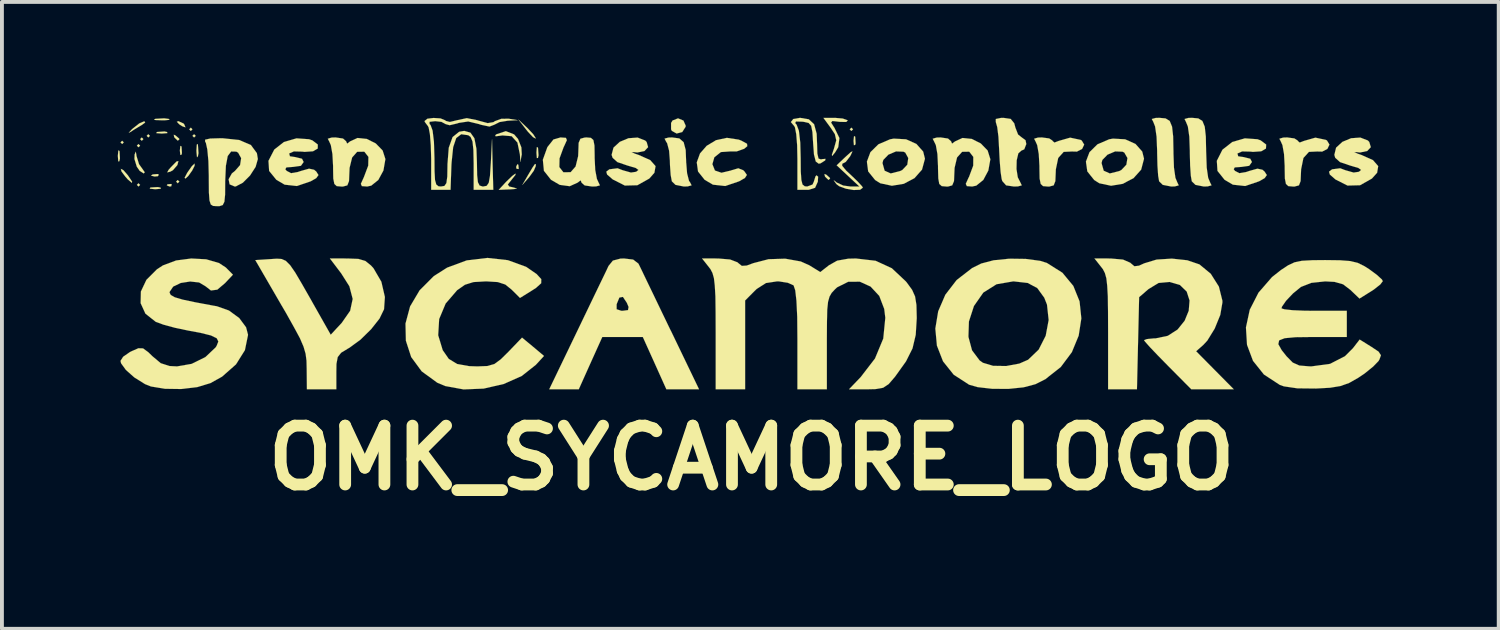
<source format=kicad_pcb>
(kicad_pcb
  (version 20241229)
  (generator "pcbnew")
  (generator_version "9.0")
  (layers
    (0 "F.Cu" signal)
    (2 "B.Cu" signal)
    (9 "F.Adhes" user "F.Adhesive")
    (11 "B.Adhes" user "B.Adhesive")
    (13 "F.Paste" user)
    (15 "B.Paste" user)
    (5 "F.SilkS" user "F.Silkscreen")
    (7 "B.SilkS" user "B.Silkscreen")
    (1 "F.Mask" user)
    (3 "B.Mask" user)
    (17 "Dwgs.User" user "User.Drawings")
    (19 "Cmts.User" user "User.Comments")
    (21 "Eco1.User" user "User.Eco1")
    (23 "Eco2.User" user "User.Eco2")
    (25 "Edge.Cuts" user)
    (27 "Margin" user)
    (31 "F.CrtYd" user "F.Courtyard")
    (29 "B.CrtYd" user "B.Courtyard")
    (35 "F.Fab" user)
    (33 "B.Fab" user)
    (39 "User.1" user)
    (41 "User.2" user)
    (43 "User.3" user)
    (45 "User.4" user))
  (footprint "OMK_SYCAMORE_LOGO"
    (layer "F.Cu")
    (at 16.41 3.811)
    (property "Reference" "OMK_SYCAMORE_LOGO" (at 0 4.994 0) (layer "F.SilkS") (effects (font (size 1.524 1.524) (thickness 0.305))))
    (attr through_hole)
    (fp_poly (pts (xy -16.256 -3.175) (xy -16.297 -3.132) (xy -16.34 -3.175) (xy -16.297 -3.216) (xy -16.256 -3.175)) (stroke (width 0.003) (type solid)) (fill yes) (layer "F.SilkS"))
    (fp_poly (pts (xy -15.832 -3.089) (xy -15.875 -3.048) (xy -15.916 -3.089) (xy -15.875 -3.132) (xy -15.832 -3.089)) (stroke (width 0.003) (type solid)) (fill yes) (layer "F.SilkS"))
    (fp_poly (pts (xy -15.832 -2.073) (xy -15.875 -2.032) (xy -15.916 -2.073) (xy -15.875 -2.116) (xy -15.832 -2.073)) (stroke (width 0.003) (type solid)) (fill yes) (layer "F.SilkS"))
    (fp_poly (pts (xy -15.748 -3.259) (xy -15.789 -3.216) (xy -15.832 -3.259) (xy -15.789 -3.302) (xy -15.748 -3.259)) (stroke (width 0.003) (type solid)) (fill yes) (layer "F.SilkS"))
    (fp_poly (pts (xy -15.578 -3.343) (xy -15.621 -3.302) (xy -15.662 -3.343) (xy -15.621 -3.386) (xy -15.578 -3.343)) (stroke (width 0.003) (type solid)) (fill yes) (layer "F.SilkS"))
    (fp_poly (pts (xy -14.816 -2.159) (xy -14.859 -2.116) (xy -14.9 -2.159) (xy -14.859 -2.2) (xy -14.816 -2.159)) (stroke (width 0.003) (type solid)) (fill yes) (layer "F.SilkS"))
    (fp_poly (pts (xy -14.478 -3.513) (xy -14.519 -3.47) (xy -14.562 -3.513) (xy -14.519 -3.556) (xy -14.478 -3.513)) (stroke (width 0.003) (type solid)) (fill yes) (layer "F.SilkS"))
    (fp_poly (pts (xy -14.392 -3.343) (xy -14.435 -3.302) (xy -14.478 -3.343) (xy -14.435 -3.386) (xy -14.392 -3.343)) (stroke (width 0.003) (type solid)) (fill yes) (layer "F.SilkS"))
    (fp_poly (pts (xy 2.626 -3.513) (xy 2.583 -3.47) (xy 2.54 -3.513) (xy 2.583 -3.556) (xy 2.626 -3.513)) (stroke (width 0.003) (type solid)) (fill yes) (layer "F.SilkS"))
    (fp_poly (pts (xy -15.347 -2.337) (xy -15.372 -2.299) (xy -15.458 -2.291) (xy -15.55 -2.314) (xy -15.509 -2.344) (xy -15.377 -2.355) (xy -15.347 -2.337)) (stroke (width 0.003) (type solid)) (fill yes) (layer "F.SilkS"))
    (fp_poly (pts (xy -15.014 -2.088) (xy -15.027 -2.037) (xy -15.07 -2.032) (xy -15.141 -2.062) (xy -15.126 -2.088) (xy -15.027 -2.098) (xy -15.014 -2.088)) (stroke (width 0.003) (type solid)) (fill yes) (layer "F.SilkS"))
    (fp_poly (pts (xy -14.75 -2.896) (xy -14.76 -2.857) (xy -14.79 -2.847) (xy -14.803 -2.962) (xy -14.79 -3.084) (xy -14.76 -3.068) (xy -14.75 -2.896)) (stroke (width 0.003) (type solid)) (fill yes) (layer "F.SilkS"))
    (fp_poly (pts (xy -6.03 -2.494) (xy -6.04 -2.484) (xy -6.088 -2.494) (xy -6.096 -2.54) (xy -6.066 -2.609) (xy -6.04 -2.596) (xy -6.03 -2.494)) (stroke (width 0.003) (type solid)) (fill yes) (layer "F.SilkS"))
    (fp_poly (pts (xy 2.692 -3.15) (xy 2.682 -3.111) (xy 2.649 -3.101) (xy 2.639 -3.216) (xy 2.652 -3.338) (xy 2.682 -3.322) (xy 2.692 -3.15)) (stroke (width 0.003) (type solid)) (fill yes) (layer "F.SilkS"))
    (fp_poly (pts (xy -14.816 -3.254) (xy -14.856 -3.218) (xy -14.94 -3.297) (xy -14.95 -3.315) (xy -14.961 -3.373) (xy -14.915 -3.353) (xy -14.823 -3.274) (xy -14.816 -3.254)) (stroke (width 0.003) (type solid)) (fill yes) (layer "F.SilkS"))
    (fp_poly (pts (xy -14.658 -3.564) (xy -14.74 -3.592) (xy -14.816 -3.64) (xy -14.882 -3.708) (xy -14.841 -3.724) (xy -14.707 -3.663) (xy -14.689 -3.64) (xy -14.658 -3.564)) (stroke (width 0.003) (type solid)) (fill yes) (layer "F.SilkS"))
    (fp_poly (pts (xy 2.032 -2.238) (xy 1.991 -2.202) (xy 1.908 -2.281) (xy 1.897 -2.299) (xy 1.887 -2.357) (xy 1.935 -2.337) (xy 2.024 -2.258) (xy 2.032 -2.238)) (stroke (width 0.003) (type solid)) (fill yes) (layer "F.SilkS"))
    (fp_poly (pts (xy -16.355 -2.756) (xy -16.37 -2.687) (xy -16.398 -2.682) (xy -16.408 -2.817) (xy -16.408 -2.835) (xy -16.396 -2.967) (xy -16.37 -2.954) (xy -16.365 -2.941) (xy -16.355 -2.756)) (stroke (width 0.003) (type solid)) (fill yes) (layer "F.SilkS"))
    (fp_poly (pts (xy -15.298 -1.974) (xy -15.431 -1.963) (xy -15.451 -1.963) (xy -15.583 -1.976) (xy -15.57 -2.002) (xy -15.555 -2.007) (xy -15.372 -2.017) (xy -15.301 -2.002) (xy -15.298 -1.974)) (stroke (width 0.003) (type solid)) (fill yes) (layer "F.SilkS"))
    (fp_poly (pts (xy -15.128 -3.414) (xy -15.263 -3.404) (xy -15.281 -3.404) (xy -15.413 -3.414) (xy -15.4 -3.442) (xy -15.387 -3.444) (xy -15.202 -3.457) (xy -15.133 -3.442) (xy -15.128 -3.414)) (stroke (width 0.003) (type solid)) (fill yes) (layer "F.SilkS"))
    (fp_poly (pts (xy -15.07 -3.759) (xy -15.192 -3.747) (xy -15.281 -3.747) (xy -15.446 -3.754) (xy -15.471 -3.774) (xy -15.428 -3.785) (xy -15.21 -3.797) (xy -15.09 -3.782) (xy -15.07 -3.759)) (stroke (width 0.003) (type solid)) (fill yes) (layer "F.SilkS"))
    (fp_poly (pts (xy -14.841 -2.69) (xy -14.867 -2.588) (xy -14.983 -2.454) (xy -15.052 -2.416) (xy -15.131 -2.398) (xy -15.093 -2.466) (xy -15.032 -2.535) (xy -14.889 -2.68) (xy -14.841 -2.69)) (stroke (width 0.003) (type solid)) (fill yes) (layer "F.SilkS"))
    (fp_poly (pts (xy -14.321 -2.896) (xy -14.336 -2.814) (xy -14.359 -2.789) (xy -14.371 -2.906) (xy -14.374 -2.962) (xy -14.364 -3.117) (xy -14.343 -3.134) (xy -14.336 -3.111) (xy -14.321 -2.896)) (stroke (width 0.003) (type solid)) (fill yes) (layer "F.SilkS"))
    (fp_poly (pts (xy -5.591 -3.287) (xy -5.593 -3.274) (xy -5.662 -3.312) (xy -5.789 -3.447) (xy -5.834 -3.503) (xy -6.038 -3.767) (xy -5.796 -3.538) (xy -5.652 -3.383) (xy -5.591 -3.287)) (stroke (width 0.003) (type solid)) (fill yes) (layer "F.SilkS"))
    (fp_poly (pts (xy -5.588 -2.563) (xy -5.639 -2.441) (xy -5.761 -2.273) (xy -5.936 -2.073) (xy -5.789 -2.327) (xy -5.667 -2.532) (xy -5.608 -2.616) (xy -5.588 -2.609) (xy -5.588 -2.563)) (stroke (width 0.003) (type solid)) (fill yes) (layer "F.SilkS"))
    (fp_poly (pts (xy -5.517 -2.84) (xy -5.532 -2.771) (xy -5.56 -2.769) (xy -5.57 -2.901) (xy -5.57 -2.921) (xy -5.56 -3.053) (xy -5.532 -3.04) (xy -5.53 -3.025) (xy -5.517 -2.84)) (stroke (width 0.003) (type solid)) (fill yes) (layer "F.SilkS"))
    (fp_poly (pts (xy -16.04 -2.159) (xy -16.045 -2.126) (xy -16.152 -2.217) (xy -16.213 -2.286) (xy -16.314 -2.421) (xy -16.332 -2.489) (xy -16.264 -2.454) (xy -16.149 -2.322) (xy -16.147 -2.319) (xy -16.04 -2.159)) (stroke (width 0.003) (type solid)) (fill yes) (layer "F.SilkS"))
    (fp_poly (pts (xy -15.702 -3.688) (xy -15.789 -3.625) (xy -15.989 -3.505) (xy -16.091 -3.439) (xy -16.126 -3.424) (xy -16.053 -3.505) (xy -16.022 -3.533) (xy -15.855 -3.665) (xy -15.725 -3.721) (xy -15.723 -3.721) (xy -15.702 -3.688)) (stroke (width 0.003) (type solid)) (fill yes) (layer "F.SilkS"))
    (fp_poly (pts (xy -14.422 -2.568) (xy -14.486 -2.443) (xy -14.582 -2.309) (xy -14.656 -2.238) (xy -14.681 -2.256) (xy -14.618 -2.377) (xy -14.602 -2.403) (xy -14.493 -2.558) (xy -14.425 -2.624) (xy -14.422 -2.624) (xy -14.422 -2.568)) (stroke (width 0.003) (type solid)) (fill yes) (layer "F.SilkS"))
    (fp_poly (pts (xy -1.707 -3.607) (xy -1.709 -3.579) (xy -1.796 -3.442) (xy -1.941 -3.404) (xy -2.065 -3.472) (xy -2.085 -3.513) (xy -2.085 -3.678) (xy -2.047 -3.741) (xy -1.905 -3.797) (xy -1.765 -3.739) (xy -1.707 -3.607)) (stroke (width 0.003) (type solid)) (fill yes) (layer "F.SilkS"))
    (fp_poly (pts (xy -15.712 -2.4) (xy -15.738 -2.37) (xy -15.842 -2.436) (xy -15.918 -2.545) (xy -15.979 -2.743) (xy -15.974 -2.863) (xy -15.944 -2.934) (xy -15.928 -2.842) (xy -15.926 -2.822) (xy -15.86 -2.609) (xy -15.784 -2.504) (xy -15.712 -2.4)) (stroke (width 0.003) (type solid)) (fill yes) (layer "F.SilkS"))
    (fp_poly (pts (xy -6.076 -1.981) (xy -6.147 -1.966) (xy -6.259 -1.958) (xy -6.548 -1.946) (xy -6.35 -2.159) (xy -6.2 -2.304) (xy -6.114 -2.367) (xy -6.114 -2.334) (xy -6.215 -2.207) (xy -6.312 -2.085) (xy -6.276 -2.032) (xy -6.167 -2.007) (xy -6.076 -1.981)) (stroke (width 0.003) (type solid)) (fill yes) (layer "F.SilkS"))
    (fp_poly (pts (xy -5.951 -2.863) (xy -5.987 -2.667) (xy -5.999 -2.863) (xy -6.063 -3.17) (xy -6.213 -3.335) (xy -6.449 -3.355) (xy -6.464 -3.353) (xy -6.627 -3.332) (xy -6.637 -3.36) (xy -6.604 -3.386) (xy -6.363 -3.465) (xy -6.149 -3.381) (xy -6.048 -3.264) (xy -5.961 -3.045) (xy -5.951 -2.863)) (stroke (width 0.003) (type solid)) (fill yes) (layer "F.SilkS"))
    (fp_poly (pts (xy -1.554 -2.062) (xy -1.656 -2.035) (xy -1.753 -2.032) (xy -1.971 -2.075) (xy -2.065 -2.167) (xy -2.095 -2.329) (xy -2.113 -2.581) (xy -2.116 -2.7) (xy -2.136 -2.959) (xy -2.187 -3.152) (xy -2.217 -3.2) (xy -2.253 -3.272) (xy -2.154 -3.299) (xy -2.057 -3.302) (xy -1.872 -3.277) (xy -1.76 -3.18) (xy -1.707 -2.979) (xy -1.694 -2.644) (xy -1.692 -2.634) (xy -1.671 -2.375) (xy -1.621 -2.179) (xy -1.59 -2.134) (xy -1.554 -2.062)) (stroke (width 0.003) (type solid)) (fill yes) (layer "F.SilkS"))
    (fp_poly (pts (xy 2.489 -3.741) (xy 2.449 -3.703) (xy 2.291 -3.706) (xy 2.268 -3.708) (xy 2.093 -3.729) (xy 2.057 -3.688) (xy 2.139 -3.559) (xy 2.146 -3.548) (xy 2.273 -3.287) (xy 2.243 -3.051) (xy 2.162 -2.916) (xy 2.085 -2.822) (xy 2.078 -2.852) (xy 2.136 -3.023) (xy 2.136 -3.025) (xy 2.192 -3.228) (xy 2.156 -3.388) (xy 2.047 -3.553) (xy 1.859 -3.81) (xy 2.151 -3.81) (xy 2.36 -3.792) (xy 2.484 -3.747) (xy 2.489 -3.741)) (stroke (width 0.003) (type solid)) (fill yes) (layer "F.SilkS"))
    (fp_poly (pts (xy 11.059 -2.062) (xy 10.96 -2.035) (xy 10.864 -2.032) (xy 10.645 -2.075) (xy 10.551 -2.167) (xy 10.526 -2.311) (xy 10.508 -2.573) (xy 10.5 -2.901) (xy 10.5 -2.954) (xy 10.485 -3.322) (xy 10.447 -3.586) (xy 10.399 -3.708) (xy 10.361 -3.78) (xy 10.462 -3.807) (xy 10.559 -3.81) (xy 10.719 -3.795) (xy 10.825 -3.729) (xy 10.886 -3.581) (xy 10.914 -3.327) (xy 10.922 -2.936) (xy 10.922 -2.888) (xy 10.935 -2.52) (xy 10.973 -2.256) (xy 11.024 -2.134) (xy 11.059 -2.062)) (stroke (width 0.003) (type solid)) (fill yes) (layer "F.SilkS"))
    (fp_poly (pts (xy 11.908 -2.062) (xy 11.806 -2.035) (xy 11.709 -2.032) (xy 11.491 -2.075) (xy 11.397 -2.167) (xy 11.372 -2.311) (xy 11.354 -2.573) (xy 11.346 -2.901) (xy 11.346 -2.954) (xy 11.333 -3.322) (xy 11.295 -3.586) (xy 11.245 -3.708) (xy 11.209 -3.78) (xy 11.308 -3.807) (xy 11.405 -3.81) (xy 11.565 -3.795) (xy 11.671 -3.729) (xy 11.732 -3.581) (xy 11.76 -3.327) (xy 11.768 -2.936) (xy 11.77 -2.888) (xy 11.783 -2.52) (xy 11.821 -2.256) (xy 11.872 -2.134) (xy 11.908 -2.062)) (stroke (width 0.003) (type solid)) (fill yes) (layer "F.SilkS"))
    (fp_poly (pts (xy 2.88 -2.002) (xy 2.809 -1.948) (xy 2.642 -1.941) (xy 2.441 -1.976) (xy 2.266 -2.04) (xy 2.195 -2.095) (xy 2.126 -2.192) (xy 2.164 -2.169) (xy 2.202 -2.136) (xy 2.372 -2.057) (xy 2.555 -2.032) (xy 2.791 -2.032) (xy 2.497 -2.306) (xy 2.202 -2.581) (xy 2.426 -2.794) (xy 2.57 -2.924) (xy 2.611 -2.941) (xy 2.568 -2.847) (xy 2.55 -2.814) (xy 2.438 -2.67) (xy 2.347 -2.621) (xy 2.344 -2.57) (xy 2.449 -2.443) (xy 2.563 -2.337) (xy 2.743 -2.164) (xy 2.86 -2.037) (xy 2.88 -2.002)) (stroke (width 0.003) (type solid)) (fill yes) (layer "F.SilkS"))
    (fp_poly (pts (xy -0.112 -3.076) (xy -0.191 -3.01) (xy -0.386 -2.941) (xy -0.551 -2.941) (xy -0.795 -2.924) (xy -0.965 -2.789) (xy -1.016 -2.611) (xy -0.95 -2.446) (xy -0.78 -2.388) (xy -0.536 -2.446) (xy -0.531 -2.449) (xy -0.345 -2.504) (xy -0.218 -2.454) (xy -0.188 -2.426) (xy -0.122 -2.332) (xy -0.173 -2.253) (xy -0.323 -2.167) (xy -0.683 -2.045) (xy -1.001 -2.08) (xy -1.217 -2.207) (xy -1.387 -2.421) (xy -1.42 -2.657) (xy -1.336 -2.888) (xy -1.163 -3.086) (xy -0.922 -3.231) (xy -0.64 -3.292) (xy -0.335 -3.246) (xy -0.269 -3.221) (xy -0.119 -3.139) (xy -0.112 -3.076)) (stroke (width 0.003) (type solid)) (fill yes) (layer "F.SilkS"))
    (fp_poly (pts (xy 7.112 -3.132) (xy 7.059 -2.995) (xy 6.985 -2.962) (xy 6.906 -2.891) (xy 6.863 -2.71) (xy 6.858 -2.484) (xy 6.891 -2.271) (xy 6.96 -2.134) (xy 6.995 -2.062) (xy 6.896 -2.035) (xy 6.792 -2.032) (xy 6.589 -2.062) (xy 6.49 -2.174) (xy 6.474 -2.228) (xy 6.447 -2.41) (xy 6.424 -2.697) (xy 6.408 -3.01) (xy 6.391 -3.32) (xy 6.36 -3.569) (xy 6.322 -3.703) (xy 6.322 -3.78) (xy 6.467 -3.81) (xy 6.518 -3.81) (xy 6.708 -3.782) (xy 6.8 -3.668) (xy 6.83 -3.556) (xy 6.899 -3.378) (xy 6.995 -3.302) (xy 7.092 -3.231) (xy 7.112 -3.132)) (stroke (width 0.003) (type solid)) (fill yes) (layer "F.SilkS"))
    (fp_poly (pts (xy 4.488 -2.751) (xy 4.412 -2.469) (xy 4.216 -2.248) (xy 4.056 -2.164) (xy 4.056 -2.769) (xy 3.978 -2.911) (xy 3.932 -2.934) (xy 3.739 -2.941) (xy 3.541 -2.857) (xy 3.409 -2.72) (xy 3.388 -2.639) (xy 3.444 -2.441) (xy 3.602 -2.37) (xy 3.843 -2.431) (xy 3.901 -2.459) (xy 4.031 -2.596) (xy 4.056 -2.769) (xy 4.056 -2.164) (xy 3.942 -2.103) (xy 3.632 -2.052) (xy 3.332 -2.116) (xy 3.198 -2.2) (xy 3.018 -2.423) (xy 2.985 -2.677) (xy 3.076 -2.921) (xy 3.282 -3.124) (xy 3.584 -3.254) (xy 3.683 -3.272) (xy 4 -3.254) (xy 4.267 -3.134) (xy 4.442 -2.936) (xy 4.488 -2.751)) (stroke (width 0.003) (type solid)) (fill yes) (layer "F.SilkS"))
    (fp_poly (pts (xy 8.611 -3.117) (xy 8.557 -3.005) (xy 8.423 -2.936) (xy 8.293 -2.939) (xy 8.08 -2.929) (xy 7.938 -2.771) (xy 7.877 -2.477) (xy 7.874 -2.403) (xy 7.864 -2.172) (xy 7.821 -2.062) (xy 7.711 -2.032) (xy 7.663 -2.032) (xy 7.546 -2.042) (xy 7.485 -2.098) (xy 7.457 -2.238) (xy 7.452 -2.504) (xy 7.452 -2.565) (xy 7.435 -2.873) (xy 7.394 -3.104) (xy 7.351 -3.2) (xy 7.315 -3.269) (xy 7.414 -3.299) (xy 7.518 -3.302) (xy 7.704 -3.277) (xy 7.79 -3.221) (xy 7.79 -3.213) (xy 7.841 -3.17) (xy 7.953 -3.213) (xy 8.247 -3.297) (xy 8.519 -3.239) (xy 8.547 -3.223) (xy 8.611 -3.117)) (stroke (width 0.003) (type solid)) (fill yes) (layer "F.SilkS"))
    (fp_poly (pts (xy 10.16 -2.751) (xy 10.086 -2.469) (xy 9.888 -2.248) (xy 9.731 -2.167) (xy 9.731 -2.769) (xy 9.649 -2.911) (xy 9.604 -2.934) (xy 9.413 -2.941) (xy 9.215 -2.857) (xy 9.081 -2.72) (xy 9.06 -2.639) (xy 9.116 -2.441) (xy 9.274 -2.37) (xy 9.517 -2.431) (xy 9.573 -2.459) (xy 9.703 -2.596) (xy 9.731 -2.769) (xy 9.731 -2.167) (xy 9.614 -2.103) (xy 9.307 -2.052) (xy 9.004 -2.116) (xy 8.87 -2.2) (xy 8.692 -2.423) (xy 8.656 -2.677) (xy 8.748 -2.921) (xy 8.954 -3.124) (xy 9.256 -3.254) (xy 9.357 -3.272) (xy 9.672 -3.254) (xy 9.939 -3.134) (xy 10.114 -2.936) (xy 10.16 -2.751)) (stroke (width 0.003) (type solid)) (fill yes) (layer "F.SilkS"))
    (fp_poly (pts (xy 14.961 -3.117) (xy 14.907 -3.005) (xy 14.773 -2.936) (xy 14.643 -2.939) (xy 14.43 -2.929) (xy 14.287 -2.771) (xy 14.227 -2.477) (xy 14.224 -2.403) (xy 14.214 -2.172) (xy 14.171 -2.062) (xy 14.061 -2.032) (xy 14.013 -2.032) (xy 13.896 -2.042) (xy 13.835 -2.098) (xy 13.807 -2.238) (xy 13.802 -2.504) (xy 13.802 -2.565) (xy 13.785 -2.873) (xy 13.744 -3.104) (xy 13.701 -3.2) (xy 13.665 -3.269) (xy 13.764 -3.299) (xy 13.868 -3.302) (xy 14.054 -3.277) (xy 14.14 -3.221) (xy 14.14 -3.213) (xy 14.191 -3.17) (xy 14.303 -3.213) (xy 14.597 -3.297) (xy 14.869 -3.239) (xy 14.897 -3.223) (xy 14.961 -3.117)) (stroke (width 0.003) (type solid)) (fill yes) (layer "F.SilkS"))
    (fp_poly (pts (xy -2.487 -2.56) (xy -2.517 -2.388) (xy -2.649 -2.238) (xy -2.959 -2.065) (xy -3.282 -2.057) (xy -3.594 -2.215) (xy -3.741 -2.342) (xy -3.762 -2.416) (xy -3.683 -2.477) (xy -3.47 -2.504) (xy -3.34 -2.454) (xy -3.124 -2.393) (xy -2.99 -2.413) (xy -2.929 -2.461) (xy -3 -2.512) (xy -3.216 -2.576) (xy -3.475 -2.664) (xy -3.599 -2.776) (xy -3.625 -2.852) (xy -3.576 -3.038) (xy -3.414 -3.188) (xy -3.188 -3.282) (xy -2.951 -3.299) (xy -2.756 -3.223) (xy -2.718 -3.185) (xy -2.68 -3.051) (xy -2.774 -2.951) (xy -2.959 -2.913) (xy -3.053 -2.924) (xy -3.109 -2.924) (xy -3.023 -2.883) (xy -2.926 -2.85) (xy -2.624 -2.715) (xy -2.487 -2.56)) (stroke (width 0.003) (type solid)) (fill yes) (layer "F.SilkS"))
    (fp_poly (pts (xy 16.223 -2.56) (xy 16.195 -2.388) (xy 16.06 -2.238) (xy 15.753 -2.065) (xy 15.428 -2.057) (xy 15.116 -2.215) (xy 14.971 -2.342) (xy 14.95 -2.416) (xy 15.029 -2.477) (xy 15.24 -2.504) (xy 15.372 -2.454) (xy 15.588 -2.393) (xy 15.723 -2.413) (xy 15.781 -2.461) (xy 15.71 -2.512) (xy 15.494 -2.576) (xy 15.235 -2.664) (xy 15.11 -2.776) (xy 15.088 -2.852) (xy 15.133 -3.038) (xy 15.296 -3.188) (xy 15.522 -3.282) (xy 15.761 -3.299) (xy 15.956 -3.223) (xy 15.992 -3.185) (xy 16.032 -3.051) (xy 15.938 -2.951) (xy 15.753 -2.913) (xy 15.659 -2.924) (xy 15.601 -2.924) (xy 15.69 -2.883) (xy 15.786 -2.85) (xy 16.088 -2.715) (xy 16.223 -2.56)) (stroke (width 0.003) (type solid)) (fill yes) (layer "F.SilkS"))
    (fp_poly (pts (xy -11.214 -2.329) (xy -11.273 -2.248) (xy -11.415 -2.167) (xy -11.773 -2.045) (xy -12.09 -2.08) (xy -12.306 -2.207) (xy -12.492 -2.436) (xy -12.509 -2.697) (xy -12.362 -2.982) (xy -12.357 -2.99) (xy -12.108 -3.185) (xy -11.783 -3.279) (xy -11.458 -3.256) (xy -11.372 -3.226) (xy -11.232 -3.119) (xy -11.234 -3.015) (xy -11.356 -2.944) (xy -11.575 -2.929) (xy -11.636 -2.936) (xy -11.852 -2.941) (xy -11.974 -2.888) (xy -11.953 -2.814) (xy -11.816 -2.794) (xy -11.641 -2.751) (xy -11.598 -2.667) (xy -11.669 -2.568) (xy -11.869 -2.54) (xy -12.045 -2.527) (xy -12.073 -2.479) (xy -12.037 -2.436) (xy -11.923 -2.377) (xy -11.748 -2.408) (xy -11.664 -2.436) (xy -11.458 -2.494) (xy -11.328 -2.466) (xy -11.273 -2.421) (xy -11.214 -2.329)) (stroke (width 0.003) (type solid)) (fill yes) (layer "F.SilkS"))
    (fp_poly (pts (xy 13.34 -2.329) (xy 13.282 -2.248) (xy 13.139 -2.167) (xy 12.779 -2.045) (xy 12.461 -2.08) (xy 12.245 -2.207) (xy 12.062 -2.436) (xy 12.045 -2.697) (xy 12.189 -2.982) (xy 12.197 -2.99) (xy 12.446 -3.185) (xy 12.771 -3.279) (xy 13.096 -3.256) (xy 13.18 -3.226) (xy 13.322 -3.119) (xy 13.317 -3.015) (xy 13.195 -2.944) (xy 12.979 -2.929) (xy 12.918 -2.936) (xy 12.7 -2.941) (xy 12.581 -2.888) (xy 12.578 -2.888) (xy 12.598 -2.814) (xy 12.738 -2.794) (xy 12.911 -2.751) (xy 12.954 -2.667) (xy 12.883 -2.568) (xy 12.685 -2.54) (xy 12.509 -2.527) (xy 12.482 -2.479) (xy 12.515 -2.436) (xy 12.629 -2.377) (xy 12.807 -2.408) (xy 12.89 -2.436) (xy 13.096 -2.494) (xy 13.226 -2.466) (xy 13.279 -2.421) (xy 13.34 -2.329)) (stroke (width 0.003) (type solid)) (fill yes) (layer "F.SilkS"))
    (fp_poly (pts (xy -3.927 -2.062) (xy -4.026 -2.035) (xy -4.13 -2.032) (xy -4.321 -2.06) (xy -4.402 -2.129) (xy -4.402 -2.134) (xy -4.427 -2.192) (xy -4.503 -2.134) (xy -4.709 -2.04) (xy -4.968 -2.075) (xy -5.194 -2.207) (xy -5.377 -2.438) (xy -5.405 -2.725) (xy -5.288 -3.051) (xy -5.131 -3.249) (xy -4.948 -3.302) (xy -4.808 -3.292) (xy -4.783 -3.233) (xy -4.854 -3.076) (xy -4.867 -3.051) (xy -4.973 -2.761) (xy -4.978 -2.535) (xy -4.877 -2.405) (xy -4.867 -2.4) (xy -4.686 -2.403) (xy -4.557 -2.55) (xy -4.491 -2.819) (xy -4.486 -2.931) (xy -4.478 -3.162) (xy -4.432 -3.269) (xy -4.323 -3.299) (xy -4.275 -3.302) (xy -4.161 -3.292) (xy -4.097 -3.236) (xy -4.069 -3.094) (xy -4.064 -2.83) (xy -4.064 -2.769) (xy -4.049 -2.461) (xy -4.006 -2.23) (xy -3.962 -2.134) (xy -3.927 -2.062)) (stroke (width 0.003) (type solid)) (fill yes) (layer "F.SilkS"))
    (fp_poly (pts (xy -12.784 -2.743) (xy -12.842 -2.54) (xy -12.987 -2.316) (xy -13.172 -2.131) (xy -13.353 -2.035) (xy -13.383 -2.032) (xy -13.515 -2.088) (xy -13.541 -2.22) (xy -13.457 -2.37) (xy -13.376 -2.436) (xy -13.244 -2.586) (xy -13.216 -2.766) (xy -13.294 -2.908) (xy -13.343 -2.936) (xy -13.475 -2.939) (xy -13.564 -2.822) (xy -13.612 -2.568) (xy -13.63 -2.164) (xy -13.63 -2.136) (xy -13.632 -1.821) (xy -13.65 -1.638) (xy -13.693 -1.552) (xy -13.777 -1.524) (xy -13.843 -1.524) (xy -13.942 -1.529) (xy -14.003 -1.567) (xy -14.036 -1.671) (xy -14.051 -1.872) (xy -14.054 -2.202) (xy -14.054 -2.311) (xy -14.064 -2.692) (xy -14.092 -2.99) (xy -14.13 -3.165) (xy -14.148 -3.19) (xy -14.15 -3.244) (xy -14.018 -3.274) (xy -13.734 -3.282) (xy -13.703 -3.282) (xy -13.266 -3.236) (xy -12.964 -3.106) (xy -12.809 -2.896) (xy -12.784 -2.743)) (stroke (width 0.003) (type solid)) (fill yes) (layer "F.SilkS"))
    (fp_poly (pts (xy -9.482 -2.741) (xy -9.533 -2.446) (xy -9.665 -2.202) (xy -9.848 -2.055) (xy -9.952 -2.032) (xy -10.091 -2.042) (xy -10.117 -2.101) (xy -10.046 -2.258) (xy -10.036 -2.281) (xy -9.926 -2.573) (xy -9.921 -2.799) (xy -10.023 -2.929) (xy -10.033 -2.934) (xy -10.213 -2.931) (xy -10.343 -2.784) (xy -10.409 -2.515) (xy -10.414 -2.403) (xy -10.424 -2.172) (xy -10.467 -2.062) (xy -10.577 -2.032) (xy -10.625 -2.032) (xy -10.742 -2.042) (xy -10.803 -2.098) (xy -10.831 -2.238) (xy -10.836 -2.504) (xy -10.836 -2.565) (xy -10.853 -2.873) (xy -10.894 -3.104) (xy -10.937 -3.2) (xy -10.973 -3.269) (xy -10.874 -3.299) (xy -10.77 -3.302) (xy -10.579 -3.274) (xy -10.498 -3.203) (xy -10.498 -3.2) (xy -10.472 -3.142) (xy -10.396 -3.2) (xy -10.203 -3.289) (xy -9.964 -3.264) (xy -9.731 -3.147) (xy -9.553 -2.964) (xy -9.482 -2.743) (xy -9.482 -2.741)) (stroke (width 0.003) (type solid)) (fill yes) (layer "F.SilkS"))
    (fp_poly (pts (xy -1.361 3.218) (xy -1.786 3.218) (xy -2.207 3.218) (xy -2.512 2.54) (xy -2.817 1.864) (xy -3.185 1.864) (xy -3.185 1.087) (xy -3.231 0.978) (xy -3.332 0.826) (xy -3.424 0.843) (xy -3.495 1.016) (xy -3.495 1.146) (xy -3.373 1.186) (xy -3.338 1.186) (xy -3.2 1.168) (xy -3.185 1.087) (xy -3.185 1.864) (xy -3.343 1.864) (xy -3.866 1.864) (xy -4.171 2.54) (xy -4.475 3.218) (xy -4.859 3.218) (xy -5.24 3.218) (xy -4.516 1.714) (xy -4.288 1.24) (xy -4.079 0.805) (xy -3.904 0.442) (xy -3.774 0.173) (xy -3.706 0.028) (xy -3.703 0.023) (xy -3.592 -0.114) (xy -3.396 -0.165) (xy -3.302 -0.168) (xy -3.066 -0.14) (xy -2.931 -0.036) (xy -2.901 0.023) (xy -2.837 0.155) (xy -2.713 0.414) (xy -2.54 0.772) (xy -2.334 1.201) (xy -2.106 1.674) (xy -2.085 1.714) (xy -1.361 3.218)) (stroke (width 0.003) (type solid)) (fill yes) (layer "F.SilkS"))
    (fp_poly (pts (xy 6.182 -2.741) (xy 6.129 -2.446) (xy 5.999 -2.202) (xy 5.817 -2.055) (xy 5.71 -2.032) (xy 5.573 -2.042) (xy 5.545 -2.101) (xy 5.616 -2.258) (xy 5.629 -2.281) (xy 5.738 -2.573) (xy 5.74 -2.799) (xy 5.639 -2.929) (xy 5.629 -2.934) (xy 5.451 -2.931) (xy 5.319 -2.784) (xy 5.255 -2.515) (xy 5.25 -2.403) (xy 5.24 -2.172) (xy 5.194 -2.062) (xy 5.088 -2.032) (xy 5.039 -2.032) (xy 4.923 -2.042) (xy 4.859 -2.098) (xy 4.834 -2.238) (xy 4.826 -2.504) (xy 4.826 -2.565) (xy 4.811 -2.873) (xy 4.77 -3.104) (xy 4.724 -3.2) (xy 4.689 -3.269) (xy 4.79 -3.299) (xy 4.895 -3.302) (xy 5.085 -3.274) (xy 5.164 -3.203) (xy 5.166 -3.2) (xy 5.189 -3.142) (xy 5.268 -3.2) (xy 5.461 -3.289) (xy 5.7 -3.264) (xy 5.933 -3.147) (xy 6.111 -2.964) (xy 6.18 -2.743) (xy 6.182 -2.741)) (stroke (width 0.003) (type solid)) (fill yes) (layer "F.SilkS"))
    (fp_poly (pts (xy -9.495 0.828) (xy -9.517 1.146) (xy -9.634 1.387) (xy -9.853 1.664) (xy -10.127 1.933) (xy -10.411 2.141) (xy -10.452 2.164) (xy -10.627 2.271) (xy -10.716 2.383) (xy -10.749 2.56) (xy -10.752 2.771) (xy -10.752 3.218) (xy -11.133 3.218) (xy -11.514 3.218) (xy -11.519 2.69) (xy -11.524 2.479) (xy -11.547 2.299) (xy -11.6 2.116) (xy -11.694 1.897) (xy -11.847 1.613) (xy -12.062 1.229) (xy -12.187 1.016) (xy -12.85 -0.127) (xy -12.461 -0.152) (xy -12.294 -0.163) (xy -12.167 -0.155) (xy -12.06 -0.107) (xy -11.948 0.005) (xy -11.816 0.196) (xy -11.643 0.49) (xy -11.405 0.907) (xy -11.374 0.963) (xy -10.897 1.806) (xy -10.612 1.499) (xy -10.394 1.186) (xy -10.328 0.879) (xy -10.414 0.551) (xy -10.625 0.218) (xy -10.919 -0.17) (xy -10.462 -0.168) (xy -10.18 -0.157) (xy -10 -0.104) (xy -9.855 0.013) (xy -9.789 0.086) (xy -9.586 0.434) (xy -9.495 0.828)) (stroke (width 0.003) (type solid)) (fill yes) (layer "F.SilkS"))
    (fp_poly (pts (xy -5.375 2.355) (xy -5.588 2.586) (xy -5.951 2.873) (xy -6.419 3.081) (xy -6.937 3.2) (xy -7.457 3.221) (xy -7.932 3.134) (xy -8.138 3.048) (xy -8.542 2.753) (xy -8.814 2.383) (xy -8.951 1.961) (xy -8.961 1.516) (xy -8.842 1.072) (xy -8.595 0.655) (xy -8.227 0.287) (xy -7.884 0.069) (xy -7.376 -0.119) (xy -6.838 -0.183) (xy -6.309 -0.124) (xy -5.837 0.048) (xy -5.565 0.236) (xy -5.446 0.366) (xy -5.448 0.472) (xy -5.583 0.594) (xy -5.707 0.673) (xy -5.997 0.853) (xy -6.213 0.638) (xy -6.378 0.505) (xy -6.571 0.442) (xy -6.861 0.424) (xy -6.888 0.424) (xy -7.201 0.442) (xy -7.422 0.511) (xy -7.625 0.653) (xy -7.922 0.998) (xy -8.09 1.4) (xy -8.115 1.819) (xy -7.998 2.205) (xy -7.841 2.431) (xy -7.625 2.563) (xy -7.313 2.619) (xy -7.102 2.626) (xy -6.845 2.616) (xy -6.662 2.565) (xy -6.495 2.443) (xy -6.302 2.253) (xy -5.944 1.88) (xy -5.659 2.116) (xy -5.375 2.355)) (stroke (width 0.003) (type solid)) (fill yes) (layer "F.SilkS"))
    (fp_poly (pts (xy 1.913 -2.748) (xy 1.905 -2.708) (xy 1.783 -2.631) (xy 1.735 -2.624) (xy 1.661 -2.68) (xy 1.615 -2.86) (xy 1.593 -3.152) (xy 1.575 -3.442) (xy 1.542 -3.604) (xy 1.476 -3.678) (xy 1.354 -3.706) (xy 1.313 -3.711) (xy 1.148 -3.716) (xy 1.128 -3.675) (xy 1.166 -3.63) (xy 1.224 -3.475) (xy 1.26 -3.165) (xy 1.27 -2.776) (xy 1.273 -2.421) (xy 1.288 -2.2) (xy 1.318 -2.083) (xy 1.377 -2.037) (xy 1.44 -2.032) (xy 1.577 -2.083) (xy 1.61 -2.154) (xy 1.654 -2.294) (xy 1.681 -2.322) (xy 1.722 -2.286) (xy 1.714 -2.156) (xy 1.643 -1.999) (xy 1.483 -1.948) (xy 1.43 -1.946) (xy 1.186 -1.946) (xy 1.186 -2.746) (xy 1.179 -3.099) (xy 1.156 -3.386) (xy 1.123 -3.561) (xy 1.102 -3.599) (xy 1.016 -3.701) (xy 1.079 -3.78) (xy 1.255 -3.81) (xy 1.481 -3.772) (xy 1.618 -3.645) (xy 1.684 -3.399) (xy 1.694 -3.15) (xy 1.702 -2.885) (xy 1.732 -2.756) (xy 1.796 -2.733) (xy 1.826 -2.741) (xy 1.913 -2.748)) (stroke (width 0.003) (type solid)) (fill yes) (layer "F.SilkS"))
    (fp_poly (pts (xy 8.537 1.382) (xy 8.468 1.829) (xy 8.291 2.258) (xy 8.004 2.642) (xy 7.691 2.888) (xy 7.691 1.425) (xy 7.648 1.026) (xy 7.577 0.846) (xy 7.396 0.597) (xy 7.148 0.465) (xy 6.787 0.424) (xy 6.772 0.424) (xy 6.342 0.498) (xy 5.999 0.714) (xy 5.756 1.062) (xy 5.626 1.463) (xy 5.613 1.859) (xy 5.707 2.21) (xy 5.903 2.471) (xy 5.989 2.532) (xy 6.253 2.611) (xy 6.591 2.616) (xy 6.932 2.553) (xy 7.158 2.454) (xy 7.432 2.192) (xy 7.615 1.831) (xy 7.691 1.425) (xy 7.691 2.888) (xy 7.61 2.954) (xy 7.348 3.086) (xy 7.041 3.167) (xy 6.645 3.208) (xy 6.226 3.205) (xy 5.852 3.162) (xy 5.631 3.099) (xy 5.232 2.84) (xy 4.956 2.494) (xy 4.798 2.088) (xy 4.757 1.646) (xy 4.831 1.199) (xy 5.016 0.77) (xy 5.309 0.389) (xy 5.71 0.079) (xy 5.946 -0.038) (xy 6.266 -0.122) (xy 6.673 -0.163) (xy 7.099 -0.157) (xy 7.473 -0.107) (xy 7.645 -0.053) (xy 8.047 0.201) (xy 8.329 0.541) (xy 8.491 0.942) (xy 8.537 1.382)) (stroke (width 0.003) (type solid)) (fill yes) (layer "F.SilkS"))
    (fp_poly (pts (xy 12.484 3.218) (xy 11.933 3.218) (xy 11.384 3.218) (xy 10.772 2.601) (xy 10.518 2.342) (xy 10.315 2.129) (xy 10.188 1.986) (xy 10.16 1.946) (xy 10.236 1.918) (xy 10.419 1.9) (xy 10.46 1.9) (xy 10.775 1.834) (xy 11.029 1.671) (xy 11.212 1.443) (xy 11.318 1.184) (xy 11.339 0.919) (xy 11.265 0.688) (xy 11.09 0.518) (xy 10.823 0.439) (xy 10.536 0.465) (xy 10.282 0.62) (xy 10.277 0.622) (xy 10.033 0.833) (xy 10.005 2.024) (xy 9.977 3.218) (xy 9.604 3.218) (xy 9.23 3.218) (xy 9.23 1.748) (xy 9.228 1.212) (xy 9.223 0.815) (xy 9.207 0.536) (xy 9.185 0.343) (xy 9.147 0.208) (xy 9.096 0.109) (xy 9.053 0.053) (xy 8.877 -0.17) (xy 9.296 -0.168) (xy 9.616 -0.14) (xy 9.804 -0.058) (xy 9.82 -0.043) (xy 9.911 0.033) (xy 10.03 0.018) (xy 10.165 -0.043) (xy 10.485 -0.14) (xy 10.881 -0.165) (xy 11.28 -0.122) (xy 11.595 -0.015) (xy 11.887 0.226) (xy 12.098 0.559) (xy 12.189 0.925) (xy 12.189 0.973) (xy 12.134 1.293) (xy 11.989 1.648) (xy 11.798 1.958) (xy 11.694 2.07) (xy 11.509 2.233) (xy 11.996 2.725) (xy 12.484 3.218)) (stroke (width 0.003) (type solid)) (fill yes) (layer "F.SilkS"))
    (fp_poly (pts (xy -13.038 1.808) (xy -13.119 2.205) (xy -13.35 2.573) (xy -13.711 2.891) (xy -14.011 3.058) (xy -14.354 3.162) (xy -14.768 3.211) (xy -15.189 3.205) (xy -15.552 3.145) (xy -15.705 3.084) (xy -15.982 2.911) (xy -16.2 2.718) (xy -16.325 2.545) (xy -16.34 2.482) (xy -16.271 2.375) (xy -16.099 2.256) (xy -16.058 2.235) (xy -15.878 2.156) (xy -15.756 2.159) (xy -15.621 2.258) (xy -15.514 2.362) (xy -15.298 2.543) (xy -15.07 2.616) (xy -14.877 2.626) (xy -14.498 2.56) (xy -14.143 2.385) (xy -13.879 2.136) (xy -13.851 2.093) (xy -13.807 1.981) (xy -13.848 1.897) (xy -13.998 1.824) (xy -14.275 1.755) (xy -14.59 1.697) (xy -14.928 1.626) (xy -15.23 1.544) (xy -15.428 1.471) (xy -15.695 1.26) (xy -15.819 0.988) (xy -15.812 0.686) (xy -15.669 0.384) (xy -15.397 0.112) (xy -15.24 0.01) (xy -14.9 -0.117) (xy -14.508 -0.168) (xy -14.12 -0.147) (xy -13.79 -0.051) (xy -13.612 0.066) (xy -13.429 0.251) (xy -13.63 0.465) (xy -13.833 0.638) (xy -13.998 0.66) (xy -14.138 0.551) (xy -14.305 0.452) (xy -14.536 0.427) (xy -14.78 0.465) (xy -14.976 0.559) (xy -15.067 0.693) (xy -15.07 0.716) (xy -15.039 0.777) (xy -14.935 0.836) (xy -14.729 0.897) (xy -14.407 0.965) (xy -13.942 1.052) (xy -13.843 1.069) (xy -13.533 1.179) (xy -13.266 1.374) (xy -13.089 1.613) (xy -13.038 1.808)) (stroke (width 0.003) (type solid)) (fill yes) (layer "F.SilkS"))
    (fp_poly (pts (xy 16.342 0.419) (xy 16.276 0.505) (xy 16.111 0.635) (xy 16.04 0.681) (xy 15.738 0.869) (xy 15.504 0.645) (xy 15.314 0.5) (xy 15.093 0.437) (xy 14.851 0.424) (xy 14.493 0.462) (xy 14.227 0.566) (xy 14.221 0.569) (xy 14.016 0.737) (xy 13.838 0.925) (xy 13.731 1.079) (xy 13.719 1.123) (xy 13.797 1.148) (xy 14.008 1.171) (xy 14.318 1.184) (xy 14.564 1.186) (xy 15.41 1.186) (xy 15.41 1.524) (xy 15.41 1.864) (xy 14.521 1.864) (xy 14.084 1.869) (xy 13.802 1.895) (xy 13.658 1.951) (xy 13.637 2.05) (xy 13.724 2.205) (xy 13.851 2.365) (xy 14.011 2.527) (xy 14.181 2.603) (xy 14.435 2.624) (xy 14.491 2.626) (xy 14.976 2.56) (xy 15.362 2.362) (xy 15.57 2.154) (xy 15.743 1.93) (xy 16.045 2.118) (xy 16.233 2.243) (xy 16.294 2.337) (xy 16.256 2.443) (xy 16.231 2.487) (xy 16.091 2.631) (xy 15.867 2.812) (xy 15.705 2.921) (xy 15.466 3.056) (xy 15.245 3.134) (xy 14.976 3.178) (xy 14.613 3.198) (xy 14.13 3.193) (xy 13.782 3.142) (xy 13.675 3.104) (xy 13.264 2.835) (xy 12.982 2.482) (xy 12.827 2.068) (xy 12.799 1.618) (xy 12.898 1.158) (xy 13.124 0.716) (xy 13.475 0.312) (xy 13.706 0.13) (xy 13.891 0.008) (xy 14.056 -0.069) (xy 14.249 -0.109) (xy 14.524 -0.124) (xy 14.851 -0.127) (xy 15.235 -0.122) (xy 15.497 -0.102) (xy 15.69 -0.056) (xy 15.862 0.028) (xy 15.987 0.107) (xy 16.19 0.257) (xy 16.32 0.376) (xy 16.342 0.419)) (stroke (width 0.003) (type solid)) (fill yes) (layer "F.SilkS"))
    (fp_poly (pts (xy 4.275 1.384) (xy 4.249 1.808) (xy 4.166 2.159) (xy 3.998 2.494) (xy 3.726 2.875) (xy 3.706 2.901) (xy 3.548 3.084) (xy 3.406 3.178) (xy 3.211 3.213) (xy 2.99 3.218) (xy 2.522 3.218) (xy 2.824 2.903) (xy 3.195 2.421) (xy 3.409 1.905) (xy 3.462 1.367) (xy 3.434 1.138) (xy 3.305 0.8) (xy 3.081 0.559) (xy 2.802 0.432) (xy 2.502 0.434) (xy 2.215 0.577) (xy 2.156 0.632) (xy 2.073 0.721) (xy 2.017 0.818) (xy 1.979 0.953) (xy 1.958 1.156) (xy 1.951 1.46) (xy 1.948 1.895) (xy 1.948 2.029) (xy 1.948 3.218) (xy 1.567 3.218) (xy 1.186 3.218) (xy 1.186 1.923) (xy 1.181 1.344) (xy 1.161 0.925) (xy 1.13 0.655) (xy 1.087 0.528) (xy 1.085 0.526) (xy 0.937 0.46) (xy 0.706 0.424) (xy 0.655 0.424) (xy 0.371 0.467) (xy 0.132 0.62) (xy 0.079 0.671) (xy -0.168 0.919) (xy -0.168 2.068) (xy -0.168 3.218) (xy -0.549 3.218) (xy -0.93 3.218) (xy -0.93 1.748) (xy -0.932 1.212) (xy -0.937 0.815) (xy -0.953 0.536) (xy -0.975 0.343) (xy -1.013 0.208) (xy -1.064 0.109) (xy -1.107 0.053) (xy -1.283 -0.17) (xy -0.864 -0.168) (xy -0.556 -0.142) (xy -0.366 -0.069) (xy -0.343 -0.048) (xy -0.254 0.023) (xy -0.127 0.015) (xy 0.046 -0.048) (xy 0.439 -0.15) (xy 0.871 -0.163) (xy 1.273 -0.091) (xy 1.494 0.008) (xy 1.778 0.183) (xy 2.002 0.008) (xy 2.215 -0.112) (xy 2.502 -0.163) (xy 2.7 -0.168) (xy 3.211 -0.109) (xy 3.63 0.084) (xy 3.99 0.422) (xy 4.016 0.452) (xy 4.155 0.643) (xy 4.232 0.815) (xy 4.267 1.034) (xy 4.275 1.356) (xy 4.275 1.384)) (stroke (width 0.003) (type solid)) (fill yes) (layer "F.SilkS"))
    (fp_poly (pts (xy -6.053 -3.749) (xy -6.312 -3.736) (xy -6.525 -3.701) (xy -6.662 -3.632) (xy -6.787 -3.584) (xy -7.003 -3.63) (xy -7.064 -3.65) (xy -7.338 -3.716) (xy -7.579 -3.68) (xy -7.623 -3.665) (xy -7.818 -3.619) (xy -7.92 -3.647) (xy -8.031 -3.706) (xy -8.191 -3.724) (xy -8.339 -3.708) (xy -8.339 -3.65) (xy -8.313 -3.625) (xy -8.26 -3.48) (xy -8.225 -3.19) (xy -8.212 -2.776) (xy -8.209 -2.421) (xy -8.197 -2.2) (xy -8.164 -2.083) (xy -8.105 -2.037) (xy -8.042 -2.032) (xy -7.953 -2.047) (xy -7.902 -2.121) (xy -7.879 -2.289) (xy -7.874 -2.586) (xy -7.874 -2.611) (xy -7.841 -3.035) (xy -7.742 -3.312) (xy -7.572 -3.449) (xy -7.44 -3.472) (xy -7.28 -3.426) (xy -7.178 -3.282) (xy -7.125 -3.01) (xy -7.112 -2.649) (xy -7.107 -2.329) (xy -7.087 -2.144) (xy -7.043 -2.057) (xy -6.965 -2.032) (xy -6.947 -2.032) (xy -6.858 -2.05) (xy -6.805 -2.129) (xy -6.774 -2.304) (xy -6.754 -2.611) (xy -6.751 -2.644) (xy -6.721 -3.259) (xy -6.706 -2.603) (xy -6.688 -1.946) (xy -6.942 -1.946) (xy -7.196 -1.946) (xy -7.196 -2.626) (xy -7.203 -2.979) (xy -7.226 -3.198) (xy -7.275 -3.315) (xy -7.336 -3.36) (xy -7.518 -3.386) (xy -7.648 -3.287) (xy -7.727 -3.051) (xy -7.767 -2.664) (xy -7.772 -2.593) (xy -7.795 -1.946) (xy -8.047 -1.946) (xy -8.296 -1.946) (xy -8.296 -2.746) (xy -8.306 -3.099) (xy -8.329 -3.386) (xy -8.362 -3.561) (xy -8.382 -3.599) (xy -8.463 -3.706) (xy -8.466 -3.729) (xy -8.395 -3.787) (xy -8.235 -3.807) (xy -8.054 -3.795) (xy -7.93 -3.744) (xy -7.92 -3.731) (xy -7.813 -3.703) (xy -7.623 -3.749) (xy -7.374 -3.802) (xy -7.107 -3.749) (xy -7.066 -3.736) (xy -6.833 -3.673) (xy -6.685 -3.698) (xy -6.647 -3.724) (xy -6.48 -3.785) (xy -6.292 -3.787) (xy -6.053 -3.749)) (stroke (width 0.003) (type solid)) (fill yes) (layer "F.SilkS")))
  (gr_rect
    (start -3 -3)
    (end 35.753 13.231)
    (stroke (width 0.1) (type default))
    (fill no)
    (layer "Edge.Cuts")))
</source>
